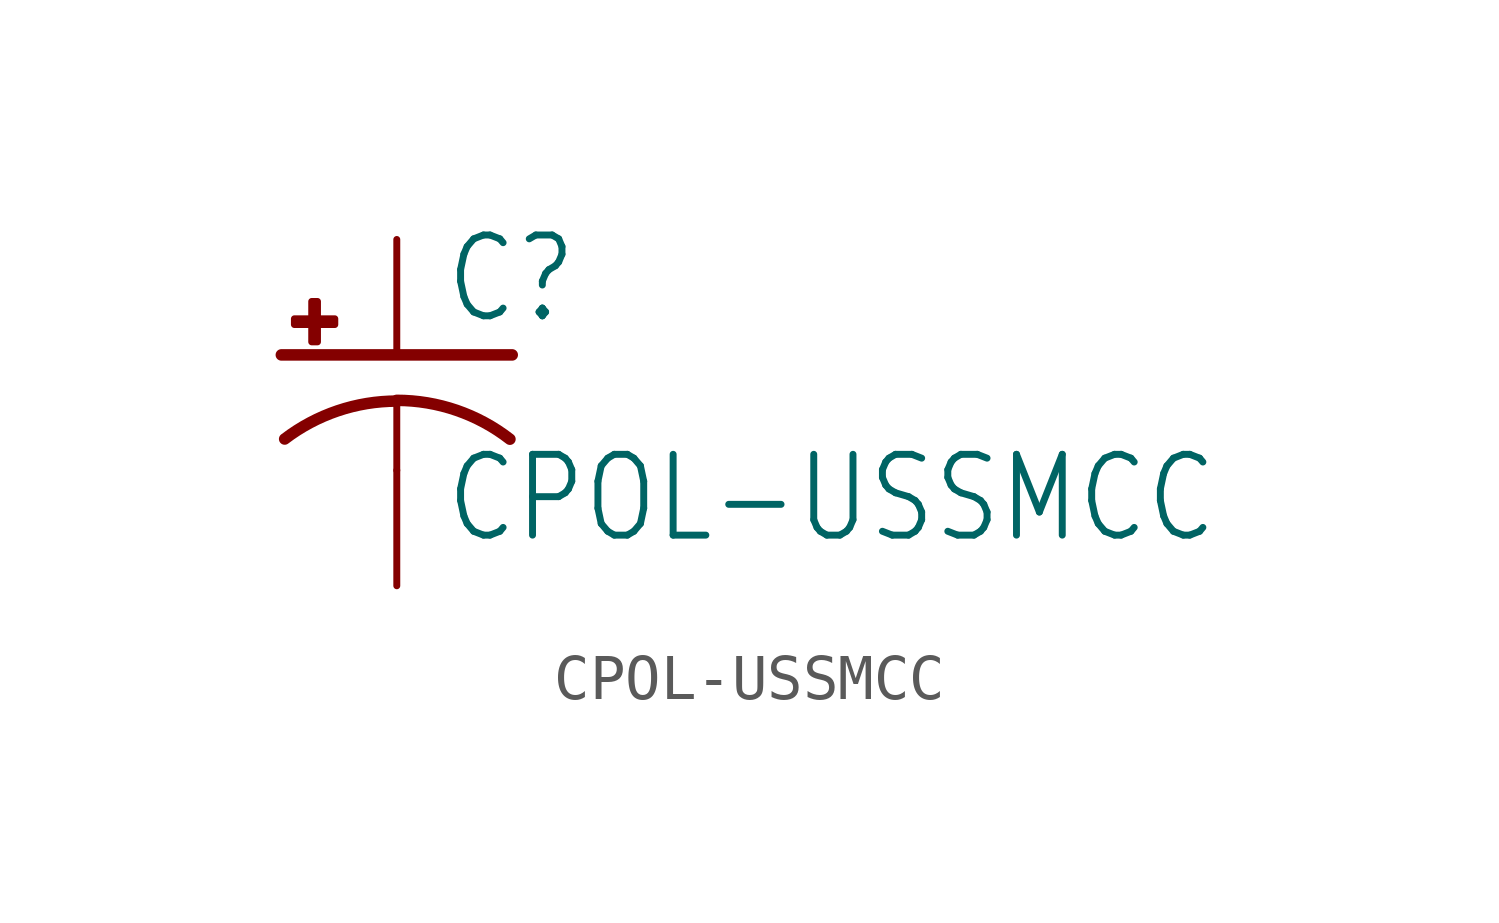
<source format=kicad_sym>
(kicad_symbol_lib
  (version 20211014)
  (generator kicad_symbol_editor)
  (symbol "CPOL-USSMCC"
    (property "Reference" "C"
      (at 1.016 0.635 0)
      (effects (font (size 1.778 1.511)) (justify left bottom)))
    (property "Value" "CPOL-USSMCC"
      (at 1.016 -4.191 0)
      (effects (font (size 1.778 1.511)) (justify left bottom)))
    (property "ki_locked" ""
      (at 0 0 0)
      (effects (font (size 1.27 1.27))))
    (symbol "CPOL-USSMCC_1_0"
      (rectangle (start -2.253 0.668) (end -1.364 0.795) (stroke (width 0) (type default) (color 0 0 0 0)) (fill (type outline)))
      (rectangle (start -1.872 0.287) (end -1.745 1.176) (stroke (width 0) (type default) (color 0 0 0 0)) (fill (type outline)))
      (arc (start 0 -1.0161) (mid -1.3021 -1.2302) (end -2.4669 -1.8504) (stroke (width 0.254) (type default) (color 0 0 0 0)) (fill (type none)))
      (polyline (pts (xy -2.54 0) (xy 2.54 0)) (stroke (width 0.254) (type default) (color 0 0 0 0)) (fill (type none)))
      (polyline (pts (xy 0 -1.016) (xy 0 -2.54)) (stroke (width 0.152) (type default) (color 0 0 0 0)) (fill (type none)))
      (arc (start 2.4892 -1.8542) (mid 1.3158 -1.2195) (end 0 -1) (stroke (width 0.254) (type default) (color 0 0 0 0)) (fill (type none)))
      (pin passive line (at 0 2.54 270) (length 2.54) (name "+" (effects (font (size 0 0)))) (number "+" (effects (font (size 0 0)))))
      (pin passive line (at 0 -5.08 90) (length 2.54) (name "-" (effects (font (size 0 0)))) (number "-" (effects (font (size 0 0))))))))
</source>
